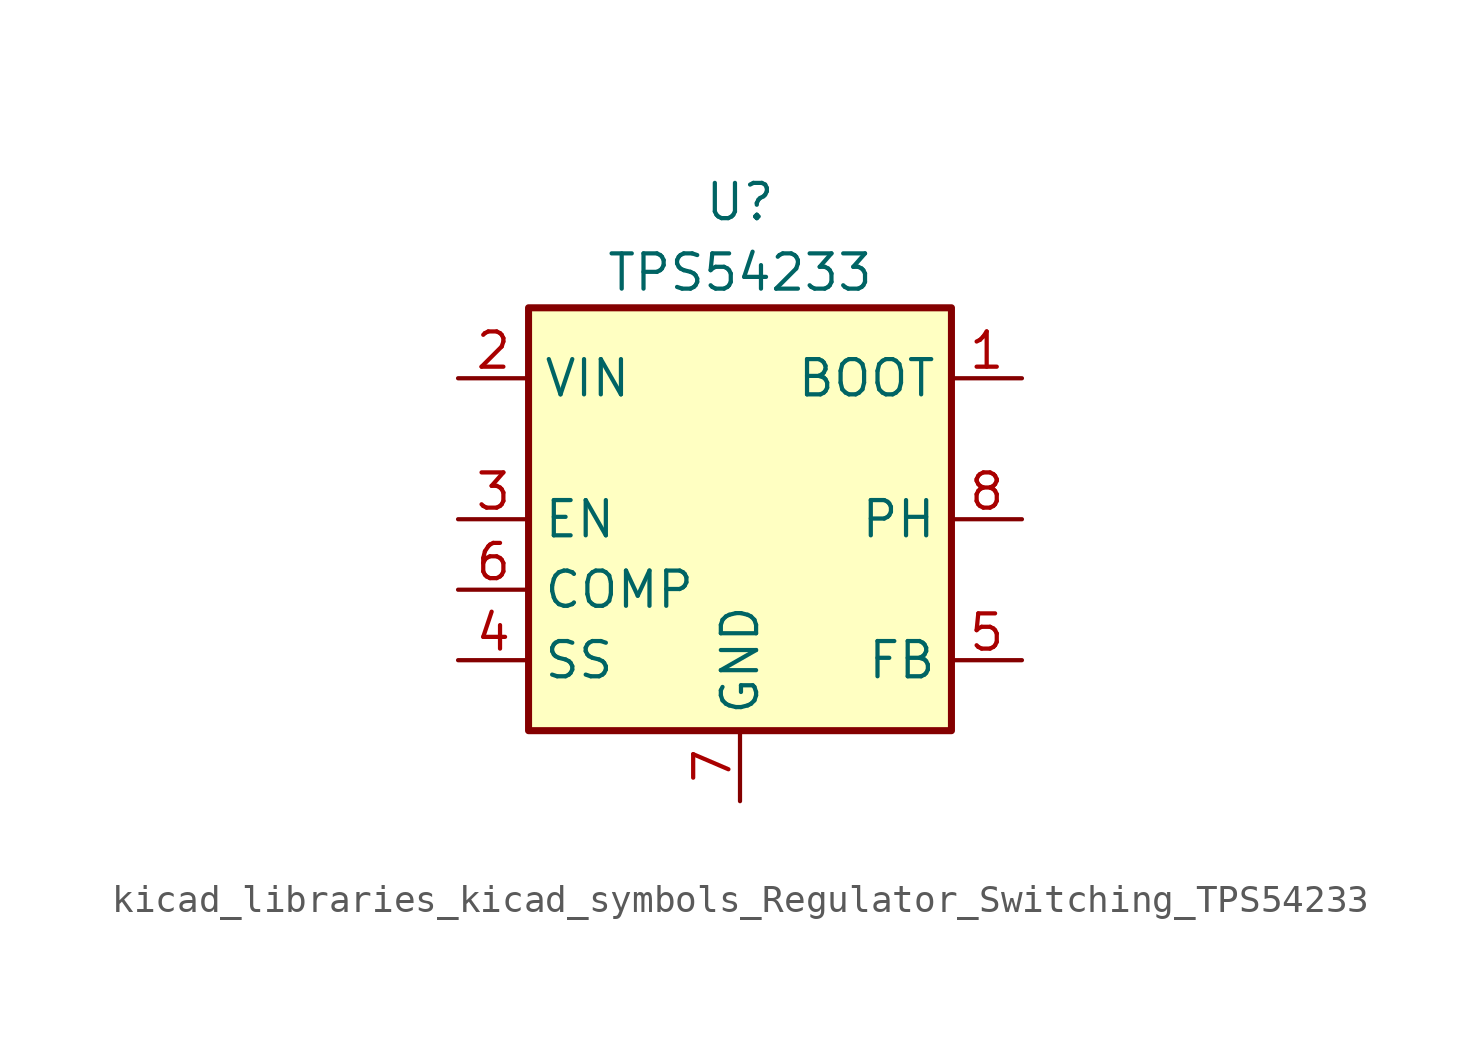
<source format=kicad_sym>
(kicad_symbol_lib
  (version 20220914)
  (generator kicad_symbol_editor)
  (symbol "kicad_libraries_kicad_symbols_Regulator_Switching_TPS54233"
    (property "Reference" "U"
      (at 0 11.43 0)
      (effects (font (size 1.27 1.27))))
    (property "Value" "TPS54233"
      (at 0 8.89 0)
      (effects (font (size 1.27 1.27))))
    (symbol "kicad_libraries_kicad_symbols_Regulator_Switching_TPS54233_1_1"
      (rectangle (start -7.62 7.62) (end 7.62 -7.62) (stroke (width 0.254) (type default)) (fill (type background)))
      (pin input line (at 10.16 5.08 180) (length 2.54) (name "BOOT" (effects (font (size 1.27 1.27)))) (number "1" (effects (font (size 1.27 1.27)))))
      (pin power_in line (at -10.16 5.08 0) (length 2.54) (name "VIN" (effects (font (size 1.27 1.27)))) (number "2" (effects (font (size 1.27 1.27)))))
      (pin input line (at -10.16 0 0) (length 2.54) (name "EN" (effects (font (size 1.27 1.27)))) (number "3" (effects (font (size 1.27 1.27)))))
      (pin input line (at -10.16 -5.08 0) (length 2.54) (name "SS" (effects (font (size 1.27 1.27)))) (number "4" (effects (font (size 1.27 1.27)))))
      (pin input line (at 10.16 -5.08 180) (length 2.54) (name "FB" (effects (font (size 1.27 1.27)))) (number "5" (effects (font (size 1.27 1.27)))))
      (pin passive line (at -10.16 -2.54 0) (length 2.54) (name "COMP" (effects (font (size 1.27 1.27)))) (number "6" (effects (font (size 1.27 1.27)))))
      (pin power_in line (at 0 -10.16 90) (length 2.54) (name "GND" (effects (font (size 1.27 1.27)))) (number "7" (effects (font (size 1.27 1.27)))))
      (pin output line (at 10.16 0 180) (length 2.54) (name "PH" (effects (font (size 1.27 1.27)))) (number "8" (effects (font (size 1.27 1.27))))))))
</source>
